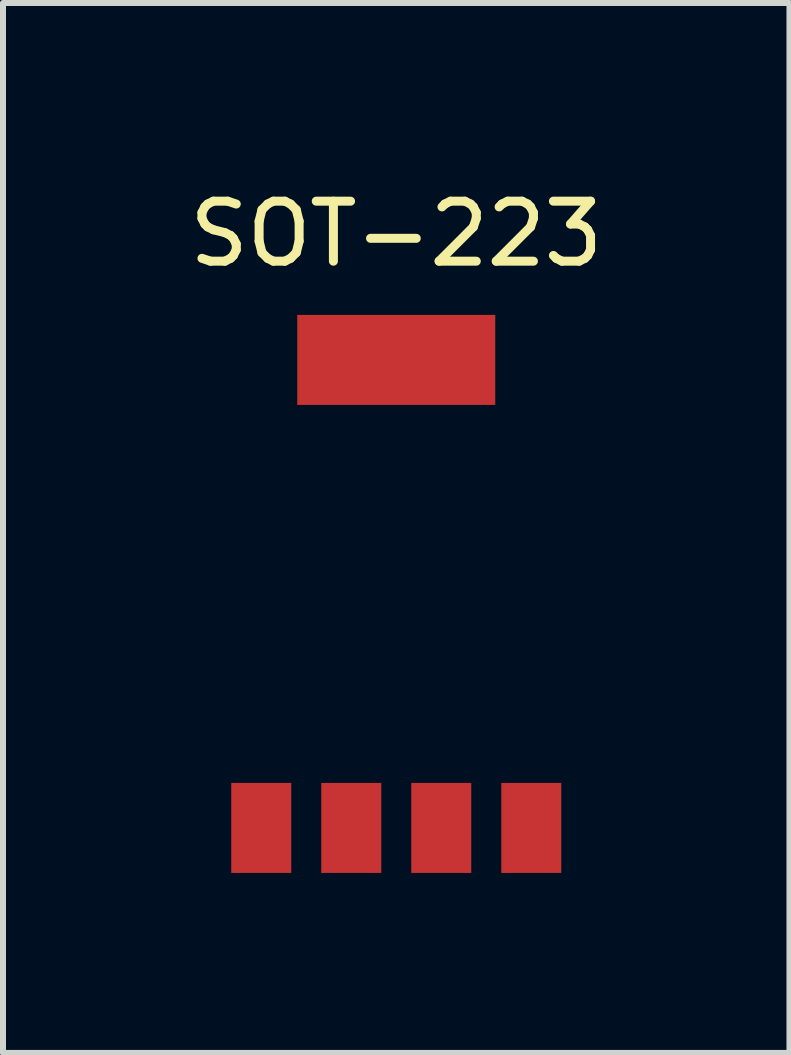
<source format=kicad_pcb>
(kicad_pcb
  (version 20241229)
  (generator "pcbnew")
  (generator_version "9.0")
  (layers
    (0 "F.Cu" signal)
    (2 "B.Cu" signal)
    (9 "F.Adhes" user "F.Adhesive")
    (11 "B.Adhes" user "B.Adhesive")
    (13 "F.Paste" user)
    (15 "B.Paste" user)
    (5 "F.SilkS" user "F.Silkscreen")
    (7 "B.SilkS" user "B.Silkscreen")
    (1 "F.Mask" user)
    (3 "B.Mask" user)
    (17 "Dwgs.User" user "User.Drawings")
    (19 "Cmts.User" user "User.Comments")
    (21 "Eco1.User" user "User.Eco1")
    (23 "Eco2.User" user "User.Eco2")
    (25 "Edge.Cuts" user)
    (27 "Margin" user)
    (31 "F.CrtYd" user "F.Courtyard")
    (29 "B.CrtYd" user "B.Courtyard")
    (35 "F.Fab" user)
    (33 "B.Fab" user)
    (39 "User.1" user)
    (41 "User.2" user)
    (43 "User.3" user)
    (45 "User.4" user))
  (footprint "SOT-223"
    (layer "F.Cu")
    (at 3.554 6.848)
    (property "Reference" "SOT-223" (at 0 -6 0) (layer "F.SilkS") (effects (font (size 1 1) (thickness 0.15))))
    (attr through_hole)
    (pad "1" smd rect (at -2.25 3.9) (size 1 1.5) (layers "F.Cu" "F.Mask" "F.Paste"))
    (pad "2" smd rect (at -0.75 3.9) (size 1 1.5) (layers "F.Cu" "F.Mask" "F.Paste"))
    (pad "3" smd rect (at 0.75 3.9) (size 1 1.5) (layers "F.Cu" "F.Mask" "F.Paste"))
    (pad "4" smd rect (at 2.25 3.9) (size 1 1.5) (layers "F.Cu" "F.Mask" "F.Paste"))
    (pad "5" smd rect (at 0 -3.9) (size 3.3 1.5) (layers "F.Cu" "F.Mask" "F.Paste")))
  (gr_rect
    (start -3 -3)
    (end 10.107 14.498)
    (stroke (width 0.1) (type default))
    (fill no)
    (layer "Edge.Cuts")))
</source>
